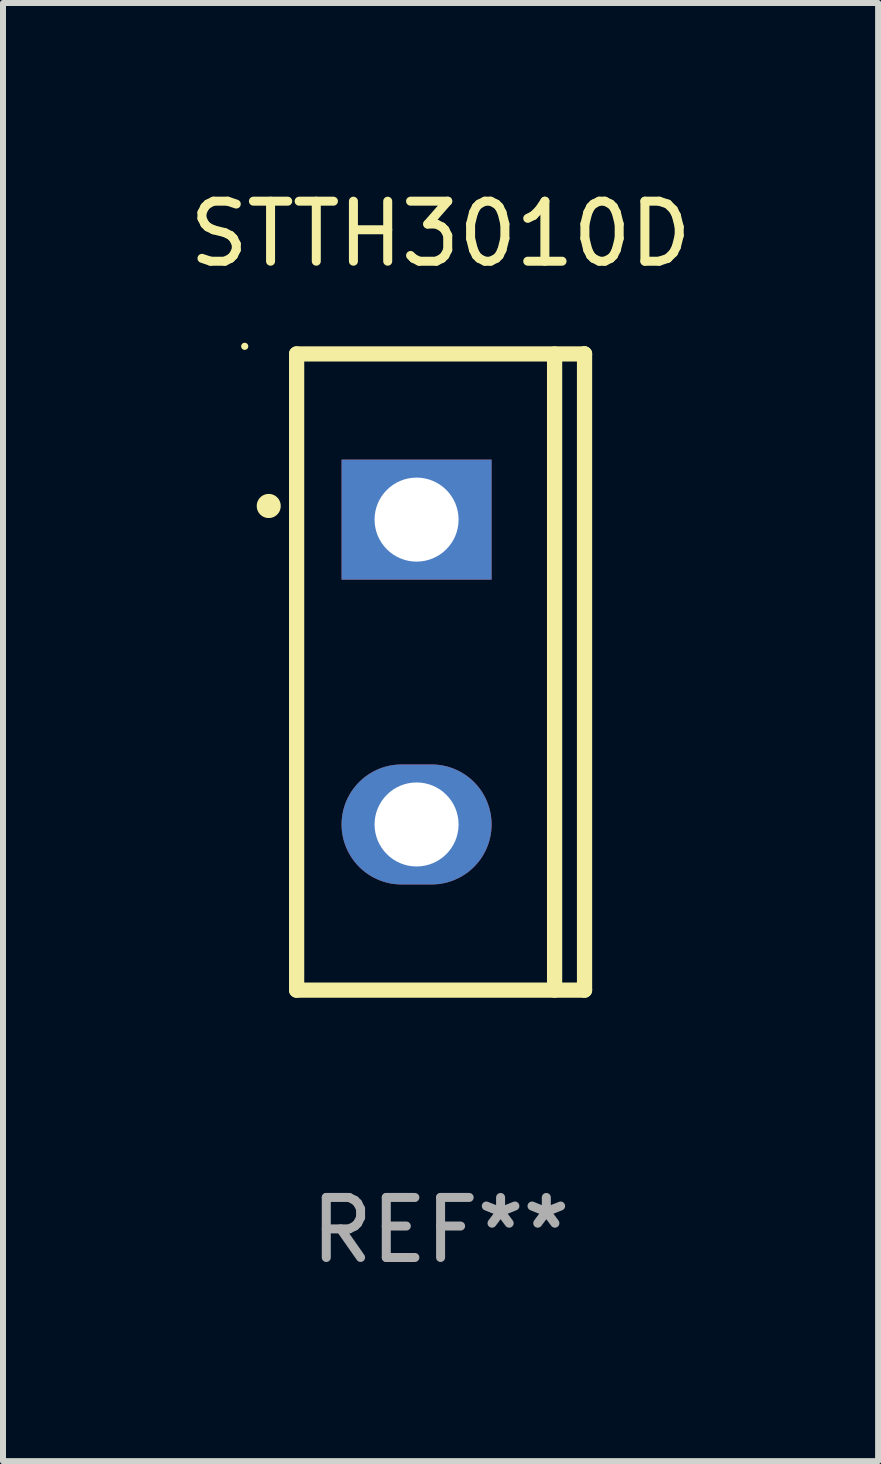
<source format=kicad_pcb>
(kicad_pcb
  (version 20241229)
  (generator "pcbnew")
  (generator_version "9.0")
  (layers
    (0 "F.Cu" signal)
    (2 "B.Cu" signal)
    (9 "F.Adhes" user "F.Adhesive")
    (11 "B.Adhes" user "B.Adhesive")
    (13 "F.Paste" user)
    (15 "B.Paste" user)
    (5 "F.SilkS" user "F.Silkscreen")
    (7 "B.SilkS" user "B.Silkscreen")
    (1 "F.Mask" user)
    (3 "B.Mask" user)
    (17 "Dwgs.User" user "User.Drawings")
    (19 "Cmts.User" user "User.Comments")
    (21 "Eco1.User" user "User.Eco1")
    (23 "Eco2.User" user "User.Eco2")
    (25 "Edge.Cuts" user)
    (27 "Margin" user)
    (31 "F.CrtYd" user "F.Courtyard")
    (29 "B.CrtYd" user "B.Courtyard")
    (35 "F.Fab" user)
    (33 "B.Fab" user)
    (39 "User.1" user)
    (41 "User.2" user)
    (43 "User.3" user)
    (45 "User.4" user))
  (footprint "STTH3010D"
    (layer "F.Cu")
    (at 4.292 8.149)
    (property "Reference" "STTH3010D" (at 0 -7.301 0) (layer "F.SilkS") (effects (font (size 1 1) (thickness 0.15))))
    (attr through_hole)
    (fp_line (start -2.399 -5.301) (end 2.394 -5.301) (stroke (width 0.254) (type solid)) (layer "F.SilkS"))
    (fp_line (start -2.399 5.301) (end -2.399 -5.301) (stroke (width 0.254) (type solid)) (layer "F.SilkS"))
    (fp_line (start 1.9 5.3) (end 1.9 -5.3) (stroke (width 0.254) (type solid)) (layer "F.SilkS"))
    (fp_line (start 2.394 -5.301) (end 2.399 -5.301) (stroke (width 0.254) (type solid)) (layer "F.SilkS"))
    (fp_line (start 2.399 -5.301) (end 2.399 5.301) (stroke (width 0.254) (type solid)) (layer "F.SilkS"))
    (fp_line (start 2.399 5.301) (end -2.399 5.301) (stroke (width 0.254) (type solid)) (layer "F.SilkS"))
    (fp_arc (start -2.863843 -2.766066) (mid -2.863847 -2.767336) (end -2.863843 -2.768606) (stroke (width 0.4) (type solid)) (layer "F.SilkS"))
    (fp_circle (center -3.264 -5.428) (end -3.234 -5.428) (stroke (width 0.06) (type solid)) (fill no) (layer "F.SilkS"))
    (fp_text user "REF**" (at 0 9.301 0) (layer "F.Fab") (effects (font (size 1 1) (thickness 0.15))))
    (pad "1" thru_hole rect (at -0.4 -2.54 270) (size 2 2.5) (drill 1.4) (layers "*.Cu" "*.Mask"))
    (pad "2" thru_hole oval (at -0.4 2.54 270) (size 2 2.5) (drill 1.4) (layers "*.Cu" "*.Mask")))
  (gr_rect
    (start -3 -3)
    (end 11.583 21.299)
    (stroke (width 0.1) (type default))
    (fill no)
    (layer "Edge.Cuts")))
</source>
